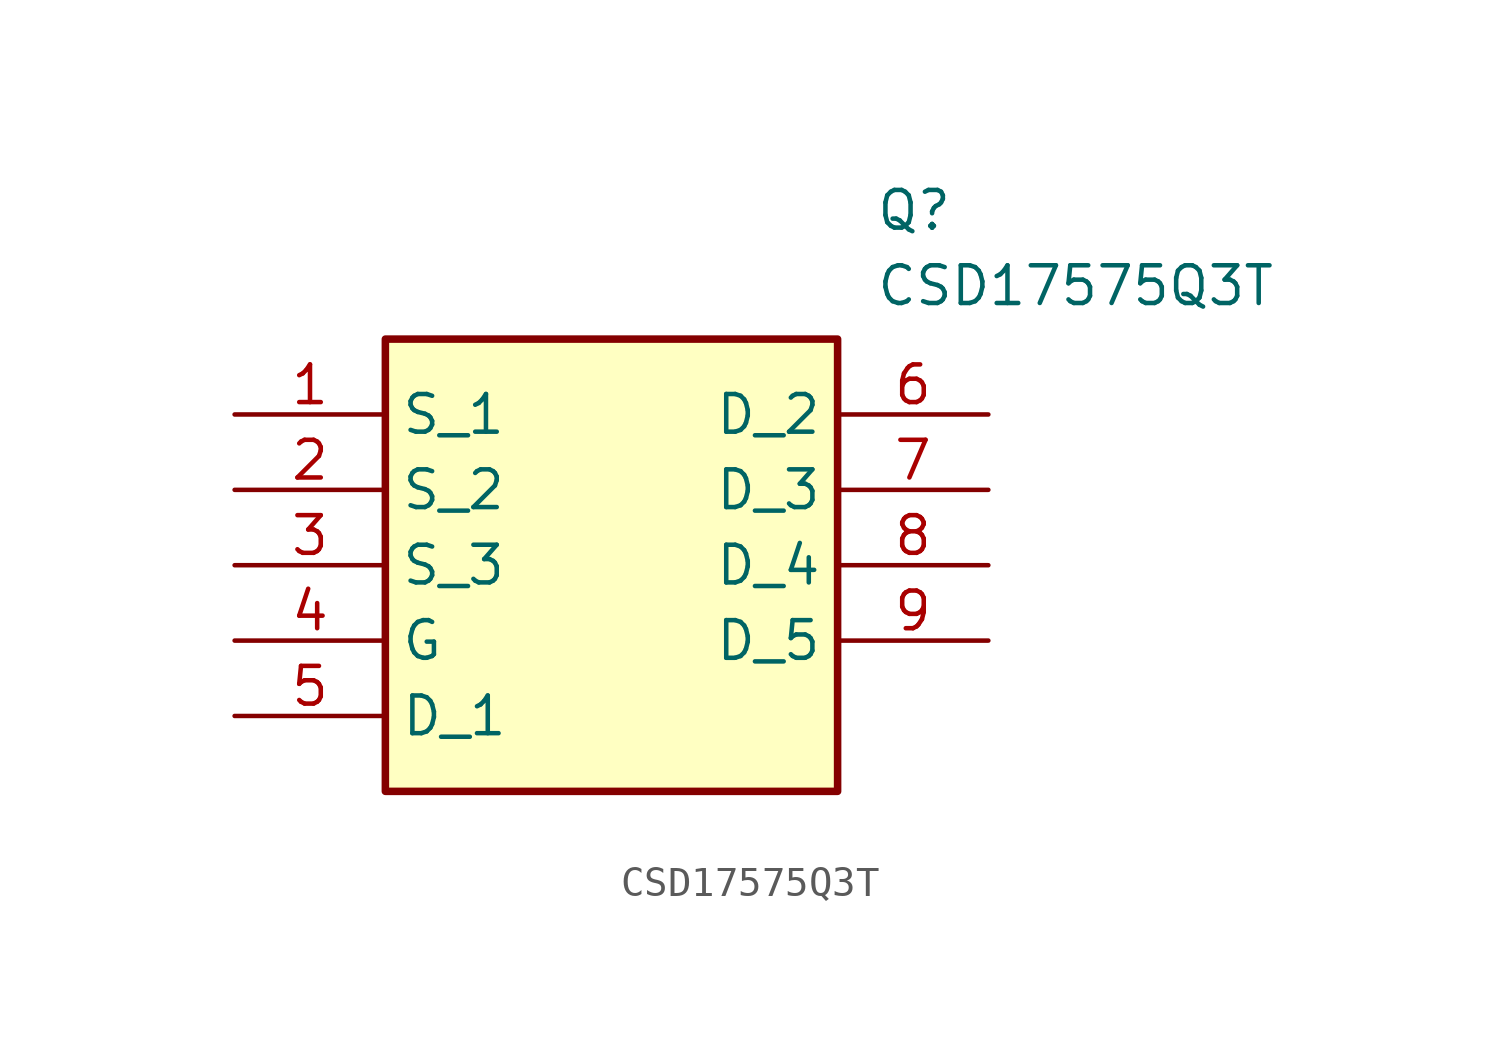
<source format=kicad_sym>
(kicad_symbol_lib
  (version 20211014)
  (generator SamacSys_ECAD_Model)
  (symbol "CSD17575Q3T"
    (property "Reference" "Q"
      (at 21.59 7.62 0)
      (effects (font (size 1.27 1.27)) (justify left top)))
    (property "Value" "CSD17575Q3T"
      (at 21.59 5.08 0)
      (effects (font (size 1.27 1.27)) (justify left top)))
    (rectangle
      (start 5.08 2.54)
      (end 20.32 -12.7)
      (stroke (width 0.254) (type default))
      (fill (type background)))
    (pin passive line
      (at 0 0 0)
      (length 5.08)
      (name "S_1" (effects (font (size 1.27 1.27))))
      (number "1" (effects (font (size 1.27 1.27)))))
    (pin passive line
      (at 0 -2.54 0)
      (length 5.08)
      (name "S_2" (effects (font (size 1.27 1.27))))
      (number "2" (effects (font (size 1.27 1.27)))))
    (pin passive line
      (at 0 -5.08 0)
      (length 5.08)
      (name "S_3" (effects (font (size 1.27 1.27))))
      (number "3" (effects (font (size 1.27 1.27)))))
    (pin passive line
      (at 0 -7.62 0)
      (length 5.08)
      (name "G" (effects (font (size 1.27 1.27))))
      (number "4" (effects (font (size 1.27 1.27)))))
    (pin passive line
      (at 0 -10.16 0)
      (length 5.08)
      (name "D_1" (effects (font (size 1.27 1.27))))
      (number "5" (effects (font (size 1.27 1.27)))))
    (pin passive line
      (at 25.4 0 180)
      (length 5.08)
      (name "D_2" (effects (font (size 1.27 1.27))))
      (number "6" (effects (font (size 1.27 1.27)))))
    (pin passive line
      (at 25.4 -2.54 180)
      (length 5.08)
      (name "D_3" (effects (font (size 1.27 1.27))))
      (number "7" (effects (font (size 1.27 1.27)))))
    (pin passive line
      (at 25.4 -5.08 180)
      (length 5.08)
      (name "D_4" (effects (font (size 1.27 1.27))))
      (number "8" (effects (font (size 1.27 1.27)))))
    (pin passive line
      (at 25.4 -7.62 180)
      (length 5.08)
      (name "D_5" (effects (font (size 1.27 1.27))))
      (number "9" (effects (font (size 1.27 1.27)))))))
</source>
